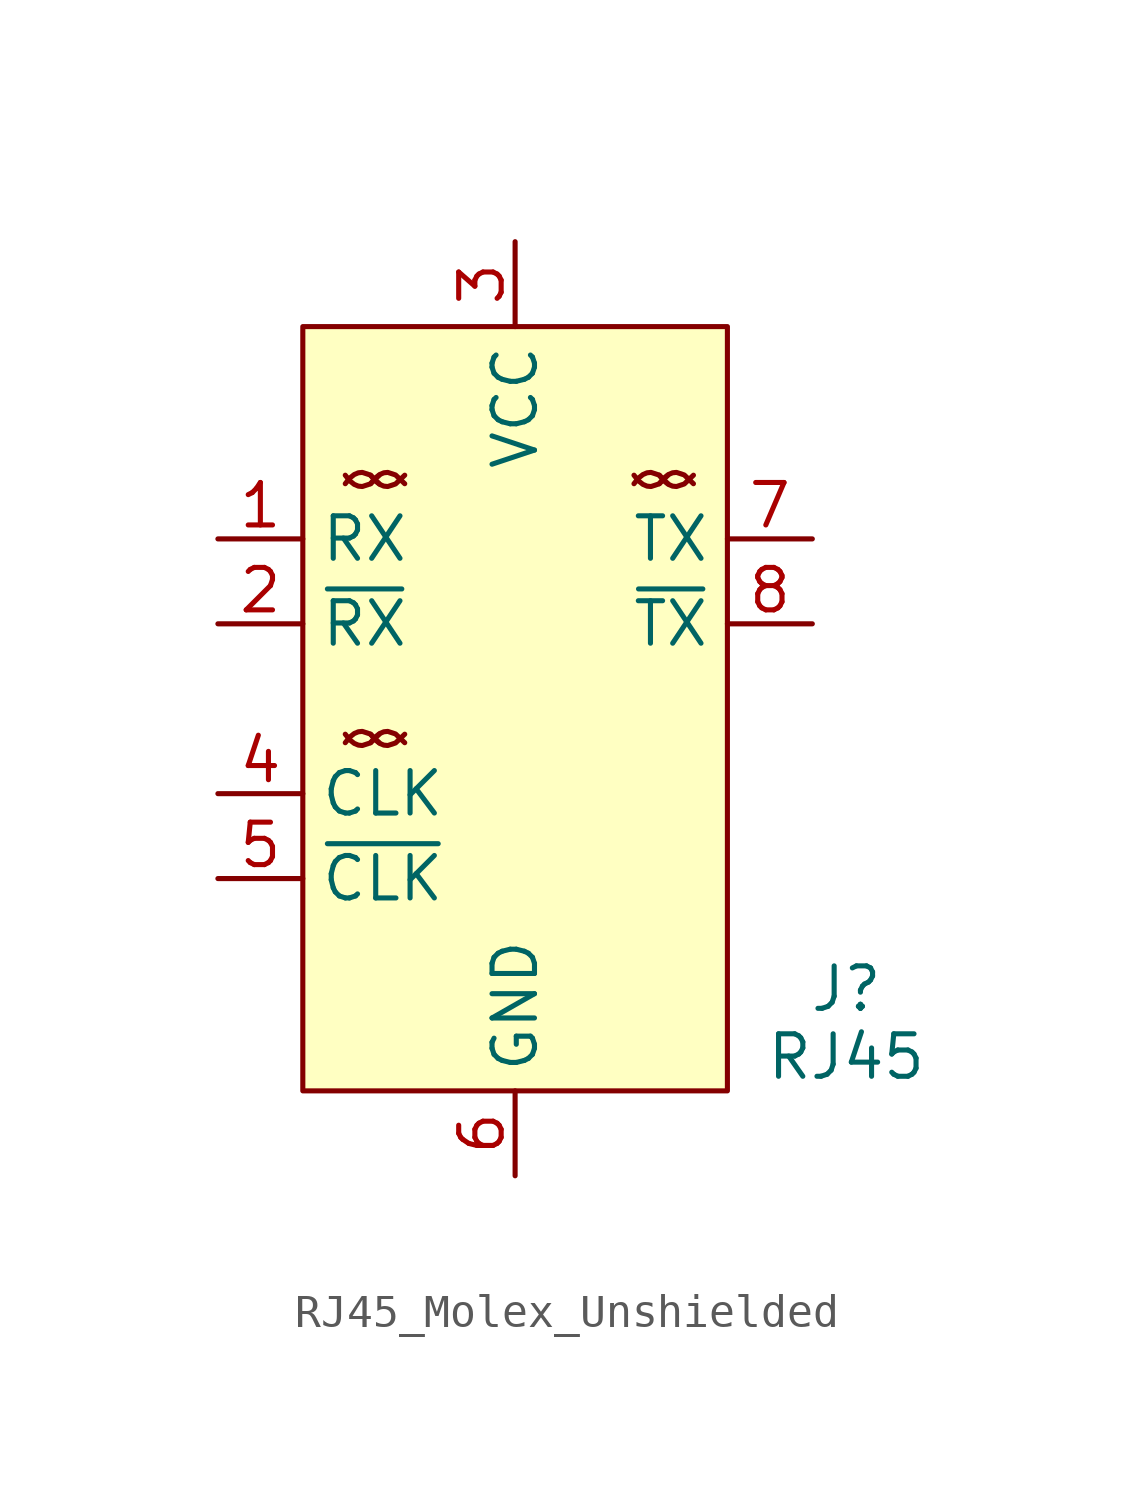
<source format=kicad_sym>
(kicad_symbol_lib
  (version 20241209)
  (generator "kicad_symbol_editor")
  (generator_version "9.0")
  (symbol "RJ45_Molex_Unshielded"
    (property "Reference" "J"
      (at 12.446 -0.762 0)
      (effects (font (size 1.27 1.27))))
    (property "Value" "RJ45"
      (at 12.446 -2.794 0)
      (effects (font (size 1.27 1.27))))
    (symbol "RJ45_Molex_Unshielded_1_1"
      (rectangle (start -3.81 19.05) (end 8.89 -3.81) (stroke (width 0) (type solid)) (fill (type background)))
      (bezier (pts (xy -2.54 14.605) (xy -2.032 13.843) (xy -1.524 14.605) (xy -1.524 14.605)) (stroke (width 0) (type default)) (fill (type none)))
      (bezier (pts (xy -2.54 14.351) (xy -2.032 15.113) (xy -1.524 14.351) (xy -1.524 14.351)) (stroke (width 0) (type default)) (fill (type none)))
      (bezier (pts (xy -2.54 6.858) (xy -2.032 6.096) (xy -1.524 6.858) (xy -1.524 6.858)) (stroke (width 0) (type default)) (fill (type none)))
      (bezier (pts (xy -2.54 6.604) (xy -2.032 7.366) (xy -1.524 6.604) (xy -1.524 6.604)) (stroke (width 0) (type default)) (fill (type none)))
      (bezier (pts (xy -1.778 14.605) (xy -1.27 13.843) (xy -0.762 14.605) (xy -0.762 14.605)) (stroke (width 0) (type default)) (fill (type none)))
      (bezier (pts (xy -1.778 14.351) (xy -1.27 15.113) (xy -0.762 14.351) (xy -0.762 14.351)) (stroke (width 0) (type default)) (fill (type none)))
      (bezier (pts (xy -1.778 6.858) (xy -1.27 6.096) (xy -0.762 6.858) (xy -0.762 6.858)) (stroke (width 0) (type default)) (fill (type none)))
      (bezier (pts (xy -1.778 6.604) (xy -1.27 7.366) (xy -0.762 6.604) (xy -0.762 6.604)) (stroke (width 0) (type default)) (fill (type none)))
      (bezier (pts (xy 6.096 14.605) (xy 6.604 13.843) (xy 7.112 14.605) (xy 7.112 14.605)) (stroke (width 0) (type default)) (fill (type none)))
      (bezier (pts (xy 6.096 14.351) (xy 6.604 15.113) (xy 7.112 14.351) (xy 7.112 14.351)) (stroke (width 0) (type default)) (fill (type none)))
      (bezier (pts (xy 6.858 14.605) (xy 7.366 13.843) (xy 7.874 14.605) (xy 7.874 14.605)) (stroke (width 0) (type default)) (fill (type none)))
      (bezier (pts (xy 6.858 14.351) (xy 7.366 15.113) (xy 7.874 14.351) (xy 7.874 14.351)) (stroke (width 0) (type default)) (fill (type none)))
      (pin output line (at -6.35 12.7 0) (length 2.54) (name "RX" (effects (font (size 1.27 1.27)))) (number "1" (effects (font (size 1.27 1.27)))))
      (pin output line (at -6.35 10.16 0) (length 2.54) (name "~{RX}" (effects (font (size 1.27 1.27)))) (number "2" (effects (font (size 1.27 1.27)))))
      (pin output line (at -6.35 5.08 0) (length 2.54) (name "CLK" (effects (font (size 1.27 1.27)))) (number "4" (effects (font (size 1.27 1.27)))))
      (pin output line (at -6.35 2.54 0) (length 2.54) (name "~{CLK}" (effects (font (size 1.27 1.27)))) (number "5" (effects (font (size 1.27 1.27)))))
      (pin power_out line (at 2.54 21.59 270) (length 2.54) (name "VCC" (effects (font (size 1.27 1.27)))) (number "3" (effects (font (size 1.27 1.27)))))
      (pin power_out line (at 2.54 -6.35 90) (length 2.54) (name "GND" (effects (font (size 1.27 1.27)))) (number "6" (effects (font (size 1.27 1.27)))))
      (pin input line (at 11.43 12.7 180) (length 2.54) (name "TX" (effects (font (size 1.27 1.27)))) (number "7" (effects (font (size 1.27 1.27)))))
      (pin input line (at 11.43 10.16 180) (length 2.54) (name "~{TX}" (effects (font (size 1.27 1.27)))) (number "8" (effects (font (size 1.27 1.27))))))))
</source>
